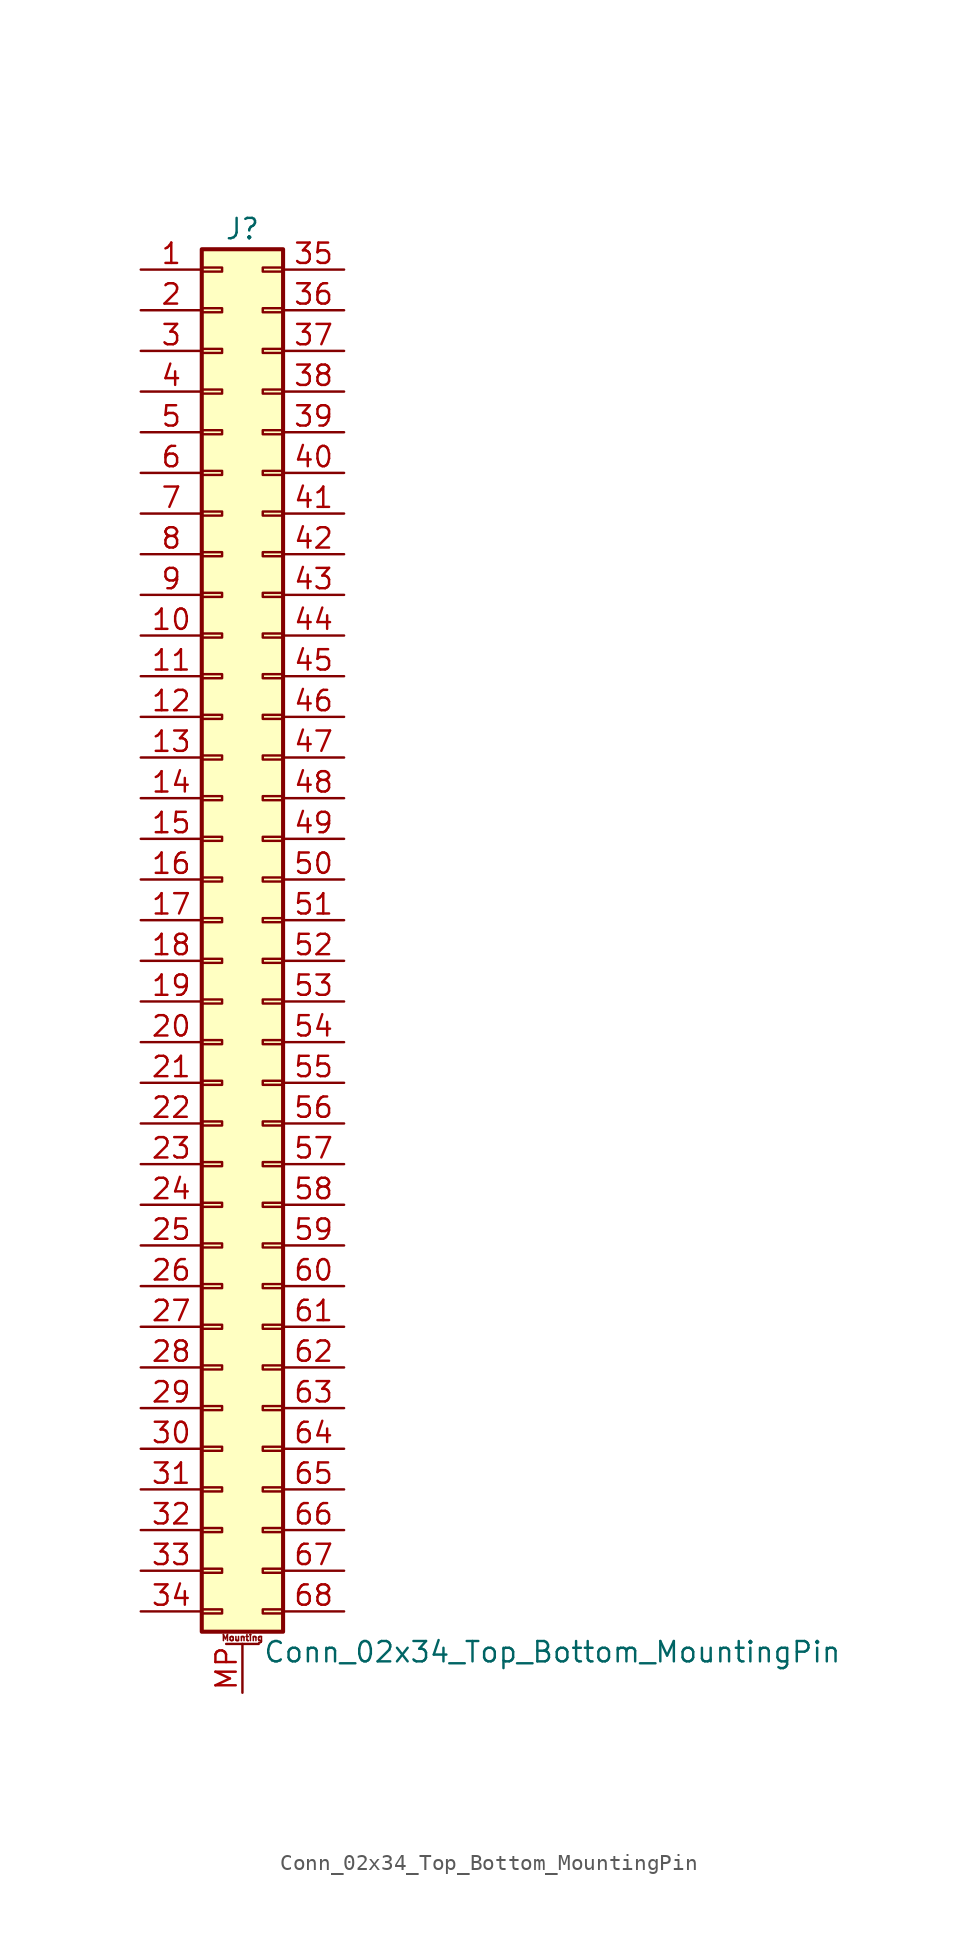
<source format=kicad_sym>
(kicad_symbol_lib
  (version 20220914)
  (generator kicad_symbol_editor)
  (symbol "Conn_02x34_Top_Bottom_MountingPin"
    (pin_names
      (offset 1.016) hide)
    (property "Reference" "J"
      (at 1.27 43.18 0)
      (effects (font (size 1.27 1.27))))
    (property "Value" "Conn_02x34_Top_Bottom_MountingPin"
      (at 2.54 -45.72 0)
      (effects (font (size 1.27 1.27)) (justify left)))
    (symbol "Conn_02x34_Top_Bottom_MountingPin_1_1"
      (rectangle (start -1.27 -43.053) (end 0 -43.307) (stroke (width 0.152) (type default)) (fill (type none)))
      (rectangle (start -1.27 -40.513) (end 0 -40.767) (stroke (width 0.152) (type default)) (fill (type none)))
      (rectangle (start -1.27 -37.973) (end 0 -38.227) (stroke (width 0.152) (type default)) (fill (type none)))
      (rectangle (start -1.27 -35.433) (end 0 -35.687) (stroke (width 0.152) (type default)) (fill (type none)))
      (rectangle (start -1.27 -32.893) (end 0 -33.147) (stroke (width 0.152) (type default)) (fill (type none)))
      (rectangle (start -1.27 -30.353) (end 0 -30.607) (stroke (width 0.152) (type default)) (fill (type none)))
      (rectangle (start -1.27 -27.813) (end 0 -28.067) (stroke (width 0.152) (type default)) (fill (type none)))
      (rectangle (start -1.27 -25.273) (end 0 -25.527) (stroke (width 0.152) (type default)) (fill (type none)))
      (rectangle (start -1.27 -22.733) (end 0 -22.987) (stroke (width 0.152) (type default)) (fill (type none)))
      (rectangle (start -1.27 -20.193) (end 0 -20.447) (stroke (width 0.152) (type default)) (fill (type none)))
      (rectangle (start -1.27 -17.653) (end 0 -17.907) (stroke (width 0.152) (type default)) (fill (type none)))
      (rectangle (start -1.27 -15.113) (end 0 -15.367) (stroke (width 0.152) (type default)) (fill (type none)))
      (rectangle (start -1.27 -12.573) (end 0 -12.827) (stroke (width 0.152) (type default)) (fill (type none)))
      (rectangle (start -1.27 -10.033) (end 0 -10.287) (stroke (width 0.152) (type default)) (fill (type none)))
      (rectangle (start -1.27 -7.493) (end 0 -7.747) (stroke (width 0.152) (type default)) (fill (type none)))
      (rectangle (start -1.27 -4.953) (end 0 -5.207) (stroke (width 0.152) (type default)) (fill (type none)))
      (rectangle (start -1.27 -2.413) (end 0 -2.667) (stroke (width 0.152) (type default)) (fill (type none)))
      (rectangle (start -1.27 0.127) (end 0 -0.127) (stroke (width 0.152) (type default)) (fill (type none)))
      (rectangle (start -1.27 2.667) (end 0 2.413) (stroke (width 0.152) (type default)) (fill (type none)))
      (rectangle (start -1.27 5.207) (end 0 4.953) (stroke (width 0.152) (type default)) (fill (type none)))
      (rectangle (start -1.27 7.747) (end 0 7.493) (stroke (width 0.152) (type default)) (fill (type none)))
      (rectangle (start -1.27 10.287) (end 0 10.033) (stroke (width 0.152) (type default)) (fill (type none)))
      (rectangle (start -1.27 12.827) (end 0 12.573) (stroke (width 0.152) (type default)) (fill (type none)))
      (rectangle (start -1.27 15.367) (end 0 15.113) (stroke (width 0.152) (type default)) (fill (type none)))
      (rectangle (start -1.27 17.907) (end 0 17.653) (stroke (width 0.152) (type default)) (fill (type none)))
      (rectangle (start -1.27 20.447) (end 0 20.193) (stroke (width 0.152) (type default)) (fill (type none)))
      (rectangle (start -1.27 22.987) (end 0 22.733) (stroke (width 0.152) (type default)) (fill (type none)))
      (rectangle (start -1.27 25.527) (end 0 25.273) (stroke (width 0.152) (type default)) (fill (type none)))
      (rectangle (start -1.27 28.067) (end 0 27.813) (stroke (width 0.152) (type default)) (fill (type none)))
      (rectangle (start -1.27 30.607) (end 0 30.353) (stroke (width 0.152) (type default)) (fill (type none)))
      (rectangle (start -1.27 33.147) (end 0 32.893) (stroke (width 0.152) (type default)) (fill (type none)))
      (rectangle (start -1.27 35.687) (end 0 35.433) (stroke (width 0.152) (type default)) (fill (type none)))
      (rectangle (start -1.27 38.227) (end 0 37.973) (stroke (width 0.152) (type default)) (fill (type none)))
      (rectangle (start -1.27 40.767) (end 0 40.513) (stroke (width 0.152) (type default)) (fill (type none)))
      (rectangle (start -1.27 41.91) (end 3.81 -44.45) (stroke (width 0.254) (type default)) (fill (type background)))
      (polyline (pts (xy 0.254 -45.212) (xy 2.286 -45.212)) (stroke (width 0.152) (type default)) (fill (type none)))
      (rectangle (start 3.81 -43.053) (end 2.54 -43.307) (stroke (width 0.152) (type default)) (fill (type none)))
      (rectangle (start 3.81 -40.513) (end 2.54 -40.767) (stroke (width 0.152) (type default)) (fill (type none)))
      (rectangle (start 3.81 -37.973) (end 2.54 -38.227) (stroke (width 0.152) (type default)) (fill (type none)))
      (rectangle (start 3.81 -35.433) (end 2.54 -35.687) (stroke (width 0.152) (type default)) (fill (type none)))
      (rectangle (start 3.81 -32.893) (end 2.54 -33.147) (stroke (width 0.152) (type default)) (fill (type none)))
      (rectangle (start 3.81 -30.353) (end 2.54 -30.607) (stroke (width 0.152) (type default)) (fill (type none)))
      (rectangle (start 3.81 -27.813) (end 2.54 -28.067) (stroke (width 0.152) (type default)) (fill (type none)))
      (rectangle (start 3.81 -25.273) (end 2.54 -25.527) (stroke (width 0.152) (type default)) (fill (type none)))
      (rectangle (start 3.81 -22.733) (end 2.54 -22.987) (stroke (width 0.152) (type default)) (fill (type none)))
      (rectangle (start 3.81 -20.193) (end 2.54 -20.447) (stroke (width 0.152) (type default)) (fill (type none)))
      (rectangle (start 3.81 -17.653) (end 2.54 -17.907) (stroke (width 0.152) (type default)) (fill (type none)))
      (rectangle (start 3.81 -15.113) (end 2.54 -15.367) (stroke (width 0.152) (type default)) (fill (type none)))
      (rectangle (start 3.81 -12.573) (end 2.54 -12.827) (stroke (width 0.152) (type default)) (fill (type none)))
      (rectangle (start 3.81 -10.033) (end 2.54 -10.287) (stroke (width 0.152) (type default)) (fill (type none)))
      (rectangle (start 3.81 -7.493) (end 2.54 -7.747) (stroke (width 0.152) (type default)) (fill (type none)))
      (rectangle (start 3.81 -4.953) (end 2.54 -5.207) (stroke (width 0.152) (type default)) (fill (type none)))
      (rectangle (start 3.81 -2.413) (end 2.54 -2.667) (stroke (width 0.152) (type default)) (fill (type none)))
      (rectangle (start 3.81 0.127) (end 2.54 -0.127) (stroke (width 0.152) (type default)) (fill (type none)))
      (rectangle (start 3.81 2.667) (end 2.54 2.413) (stroke (width 0.152) (type default)) (fill (type none)))
      (rectangle (start 3.81 5.207) (end 2.54 4.953) (stroke (width 0.152) (type default)) (fill (type none)))
      (rectangle (start 3.81 7.747) (end 2.54 7.493) (stroke (width 0.152) (type default)) (fill (type none)))
      (rectangle (start 3.81 10.287) (end 2.54 10.033) (stroke (width 0.152) (type default)) (fill (type none)))
      (rectangle (start 3.81 12.827) (end 2.54 12.573) (stroke (width 0.152) (type default)) (fill (type none)))
      (rectangle (start 3.81 15.367) (end 2.54 15.113) (stroke (width 0.152) (type default)) (fill (type none)))
      (rectangle (start 3.81 17.907) (end 2.54 17.653) (stroke (width 0.152) (type default)) (fill (type none)))
      (rectangle (start 3.81 20.447) (end 2.54 20.193) (stroke (width 0.152) (type default)) (fill (type none)))
      (rectangle (start 3.81 22.987) (end 2.54 22.733) (stroke (width 0.152) (type default)) (fill (type none)))
      (rectangle (start 3.81 25.527) (end 2.54 25.273) (stroke (width 0.152) (type default)) (fill (type none)))
      (rectangle (start 3.81 28.067) (end 2.54 27.813) (stroke (width 0.152) (type default)) (fill (type none)))
      (rectangle (start 3.81 30.607) (end 2.54 30.353) (stroke (width 0.152) (type default)) (fill (type none)))
      (rectangle (start 3.81 33.147) (end 2.54 32.893) (stroke (width 0.152) (type default)) (fill (type none)))
      (rectangle (start 3.81 35.687) (end 2.54 35.433) (stroke (width 0.152) (type default)) (fill (type none)))
      (rectangle (start 3.81 38.227) (end 2.54 37.973) (stroke (width 0.152) (type default)) (fill (type none)))
      (rectangle (start 3.81 40.767) (end 2.54 40.513) (stroke (width 0.152) (type default)) (fill (type none)))
      (text "Mounting" (at 1.27 -44.831 0) (effects (font (size 0.381 0.381))))
      (pin passive line (at -5.08 40.64 0) (length 3.81) (name "Pin_1" (effects (font (size 1.27 1.27)))) (number "1" (effects (font (size 1.27 1.27)))))
      (pin passive line (at -5.08 17.78 0) (length 3.81) (name "Pin_10" (effects (font (size 1.27 1.27)))) (number "10" (effects (font (size 1.27 1.27)))))
      (pin passive line (at -5.08 15.24 0) (length 3.81) (name "Pin_11" (effects (font (size 1.27 1.27)))) (number "11" (effects (font (size 1.27 1.27)))))
      (pin passive line (at -5.08 12.7 0) (length 3.81) (name "Pin_12" (effects (font (size 1.27 1.27)))) (number "12" (effects (font (size 1.27 1.27)))))
      (pin passive line (at -5.08 10.16 0) (length 3.81) (name "Pin_13" (effects (font (size 1.27 1.27)))) (number "13" (effects (font (size 1.27 1.27)))))
      (pin passive line (at -5.08 7.62 0) (length 3.81) (name "Pin_14" (effects (font (size 1.27 1.27)))) (number "14" (effects (font (size 1.27 1.27)))))
      (pin passive line (at -5.08 5.08 0) (length 3.81) (name "Pin_15" (effects (font (size 1.27 1.27)))) (number "15" (effects (font (size 1.27 1.27)))))
      (pin passive line (at -5.08 2.54 0) (length 3.81) (name "Pin_16" (effects (font (size 1.27 1.27)))) (number "16" (effects (font (size 1.27 1.27)))))
      (pin passive line (at -5.08 0 0) (length 3.81) (name "Pin_17" (effects (font (size 1.27 1.27)))) (number "17" (effects (font (size 1.27 1.27)))))
      (pin passive line (at -5.08 -2.54 0) (length 3.81) (name "Pin_18" (effects (font (size 1.27 1.27)))) (number "18" (effects (font (size 1.27 1.27)))))
      (pin passive line (at -5.08 -5.08 0) (length 3.81) (name "Pin_19" (effects (font (size 1.27 1.27)))) (number "19" (effects (font (size 1.27 1.27)))))
      (pin passive line (at -5.08 38.1 0) (length 3.81) (name "Pin_2" (effects (font (size 1.27 1.27)))) (number "2" (effects (font (size 1.27 1.27)))))
      (pin passive line (at -5.08 -7.62 0) (length 3.81) (name "Pin_20" (effects (font (size 1.27 1.27)))) (number "20" (effects (font (size 1.27 1.27)))))
      (pin passive line (at -5.08 -10.16 0) (length 3.81) (name "Pin_21" (effects (font (size 1.27 1.27)))) (number "21" (effects (font (size 1.27 1.27)))))
      (pin passive line (at -5.08 -12.7 0) (length 3.81) (name "Pin_22" (effects (font (size 1.27 1.27)))) (number "22" (effects (font (size 1.27 1.27)))))
      (pin passive line (at -5.08 -15.24 0) (length 3.81) (name "Pin_23" (effects (font (size 1.27 1.27)))) (number "23" (effects (font (size 1.27 1.27)))))
      (pin passive line (at -5.08 -17.78 0) (length 3.81) (name "Pin_24" (effects (font (size 1.27 1.27)))) (number "24" (effects (font (size 1.27 1.27)))))
      (pin passive line (at -5.08 -20.32 0) (length 3.81) (name "Pin_25" (effects (font (size 1.27 1.27)))) (number "25" (effects (font (size 1.27 1.27)))))
      (pin passive line (at -5.08 -22.86 0) (length 3.81) (name "Pin_26" (effects (font (size 1.27 1.27)))) (number "26" (effects (font (size 1.27 1.27)))))
      (pin passive line (at -5.08 -25.4 0) (length 3.81) (name "Pin_27" (effects (font (size 1.27 1.27)))) (number "27" (effects (font (size 1.27 1.27)))))
      (pin passive line (at -5.08 -27.94 0) (length 3.81) (name "Pin_28" (effects (font (size 1.27 1.27)))) (number "28" (effects (font (size 1.27 1.27)))))
      (pin passive line (at -5.08 -30.48 0) (length 3.81) (name "Pin_29" (effects (font (size 1.27 1.27)))) (number "29" (effects (font (size 1.27 1.27)))))
      (pin passive line (at -5.08 35.56 0) (length 3.81) (name "Pin_3" (effects (font (size 1.27 1.27)))) (number "3" (effects (font (size 1.27 1.27)))))
      (pin passive line (at -5.08 -33.02 0) (length 3.81) (name "Pin_30" (effects (font (size 1.27 1.27)))) (number "30" (effects (font (size 1.27 1.27)))))
      (pin passive line (at -5.08 -35.56 0) (length 3.81) (name "Pin_31" (effects (font (size 1.27 1.27)))) (number "31" (effects (font (size 1.27 1.27)))))
      (pin passive line (at -5.08 -38.1 0) (length 3.81) (name "Pin_32" (effects (font (size 1.27 1.27)))) (number "32" (effects (font (size 1.27 1.27)))))
      (pin passive line (at -5.08 -40.64 0) (length 3.81) (name "Pin_33" (effects (font (size 1.27 1.27)))) (number "33" (effects (font (size 1.27 1.27)))))
      (pin passive line (at -5.08 -43.18 0) (length 3.81) (name "Pin_34" (effects (font (size 1.27 1.27)))) (number "34" (effects (font (size 1.27 1.27)))))
      (pin passive line (at 7.62 40.64 180) (length 3.81) (name "Pin_35" (effects (font (size 1.27 1.27)))) (number "35" (effects (font (size 1.27 1.27)))))
      (pin passive line (at 7.62 38.1 180) (length 3.81) (name "Pin_36" (effects (font (size 1.27 1.27)))) (number "36" (effects (font (size 1.27 1.27)))))
      (pin passive line (at 7.62 35.56 180) (length 3.81) (name "Pin_37" (effects (font (size 1.27 1.27)))) (number "37" (effects (font (size 1.27 1.27)))))
      (pin passive line (at 7.62 33.02 180) (length 3.81) (name "Pin_38" (effects (font (size 1.27 1.27)))) (number "38" (effects (font (size 1.27 1.27)))))
      (pin passive line (at 7.62 30.48 180) (length 3.81) (name "Pin_39" (effects (font (size 1.27 1.27)))) (number "39" (effects (font (size 1.27 1.27)))))
      (pin passive line (at -5.08 33.02 0) (length 3.81) (name "Pin_4" (effects (font (size 1.27 1.27)))) (number "4" (effects (font (size 1.27 1.27)))))
      (pin passive line (at 7.62 27.94 180) (length 3.81) (name "Pin_40" (effects (font (size 1.27 1.27)))) (number "40" (effects (font (size 1.27 1.27)))))
      (pin passive line (at 7.62 25.4 180) (length 3.81) (name "Pin_41" (effects (font (size 1.27 1.27)))) (number "41" (effects (font (size 1.27 1.27)))))
      (pin passive line (at 7.62 22.86 180) (length 3.81) (name "Pin_42" (effects (font (size 1.27 1.27)))) (number "42" (effects (font (size 1.27 1.27)))))
      (pin passive line (at 7.62 20.32 180) (length 3.81) (name "Pin_43" (effects (font (size 1.27 1.27)))) (number "43" (effects (font (size 1.27 1.27)))))
      (pin passive line (at 7.62 17.78 180) (length 3.81) (name "Pin_44" (effects (font (size 1.27 1.27)))) (number "44" (effects (font (size 1.27 1.27)))))
      (pin passive line (at 7.62 15.24 180) (length 3.81) (name "Pin_45" (effects (font (size 1.27 1.27)))) (number "45" (effects (font (size 1.27 1.27)))))
      (pin passive line (at 7.62 12.7 180) (length 3.81) (name "Pin_46" (effects (font (size 1.27 1.27)))) (number "46" (effects (font (size 1.27 1.27)))))
      (pin passive line (at 7.62 10.16 180) (length 3.81) (name "Pin_47" (effects (font (size 1.27 1.27)))) (number "47" (effects (font (size 1.27 1.27)))))
      (pin passive line (at 7.62 7.62 180) (length 3.81) (name "Pin_48" (effects (font (size 1.27 1.27)))) (number "48" (effects (font (size 1.27 1.27)))))
      (pin passive line (at 7.62 5.08 180) (length 3.81) (name "Pin_49" (effects (font (size 1.27 1.27)))) (number "49" (effects (font (size 1.27 1.27)))))
      (pin passive line (at -5.08 30.48 0) (length 3.81) (name "Pin_5" (effects (font (size 1.27 1.27)))) (number "5" (effects (font (size 1.27 1.27)))))
      (pin passive line (at 7.62 2.54 180) (length 3.81) (name "Pin_50" (effects (font (size 1.27 1.27)))) (number "50" (effects (font (size 1.27 1.27)))))
      (pin passive line (at 7.62 0 180) (length 3.81) (name "Pin_51" (effects (font (size 1.27 1.27)))) (number "51" (effects (font (size 1.27 1.27)))))
      (pin passive line (at 7.62 -2.54 180) (length 3.81) (name "Pin_52" (effects (font (size 1.27 1.27)))) (number "52" (effects (font (size 1.27 1.27)))))
      (pin passive line (at 7.62 -5.08 180) (length 3.81) (name "Pin_53" (effects (font (size 1.27 1.27)))) (number "53" (effects (font (size 1.27 1.27)))))
      (pin passive line (at 7.62 -7.62 180) (length 3.81) (name "Pin_54" (effects (font (size 1.27 1.27)))) (number "54" (effects (font (size 1.27 1.27)))))
      (pin passive line (at 7.62 -10.16 180) (length 3.81) (name "Pin_55" (effects (font (size 1.27 1.27)))) (number "55" (effects (font (size 1.27 1.27)))))
      (pin passive line (at 7.62 -12.7 180) (length 3.81) (name "Pin_56" (effects (font (size 1.27 1.27)))) (number "56" (effects (font (size 1.27 1.27)))))
      (pin passive line (at 7.62 -15.24 180) (length 3.81) (name "Pin_57" (effects (font (size 1.27 1.27)))) (number "57" (effects (font (size 1.27 1.27)))))
      (pin passive line (at 7.62 -17.78 180) (length 3.81) (name "Pin_58" (effects (font (size 1.27 1.27)))) (number "58" (effects (font (size 1.27 1.27)))))
      (pin passive line (at 7.62 -20.32 180) (length 3.81) (name "Pin_59" (effects (font (size 1.27 1.27)))) (number "59" (effects (font (size 1.27 1.27)))))
      (pin passive line (at -5.08 27.94 0) (length 3.81) (name "Pin_6" (effects (font (size 1.27 1.27)))) (number "6" (effects (font (size 1.27 1.27)))))
      (pin passive line (at 7.62 -22.86 180) (length 3.81) (name "Pin_60" (effects (font (size 1.27 1.27)))) (number "60" (effects (font (size 1.27 1.27)))))
      (pin passive line (at 7.62 -25.4 180) (length 3.81) (name "Pin_61" (effects (font (size 1.27 1.27)))) (number "61" (effects (font (size 1.27 1.27)))))
      (pin passive line (at 7.62 -27.94 180) (length 3.81) (name "Pin_62" (effects (font (size 1.27 1.27)))) (number "62" (effects (font (size 1.27 1.27)))))
      (pin passive line (at 7.62 -30.48 180) (length 3.81) (name "Pin_63" (effects (font (size 1.27 1.27)))) (number "63" (effects (font (size 1.27 1.27)))))
      (pin passive line (at 7.62 -33.02 180) (length 3.81) (name "Pin_64" (effects (font (size 1.27 1.27)))) (number "64" (effects (font (size 1.27 1.27)))))
      (pin passive line (at 7.62 -35.56 180) (length 3.81) (name "Pin_65" (effects (font (size 1.27 1.27)))) (number "65" (effects (font (size 1.27 1.27)))))
      (pin passive line (at 7.62 -38.1 180) (length 3.81) (name "Pin_66" (effects (font (size 1.27 1.27)))) (number "66" (effects (font (size 1.27 1.27)))))
      (pin passive line (at 7.62 -40.64 180) (length 3.81) (name "Pin_67" (effects (font (size 1.27 1.27)))) (number "67" (effects (font (size 1.27 1.27)))))
      (pin passive line (at 7.62 -43.18 180) (length 3.81) (name "Pin_68" (effects (font (size 1.27 1.27)))) (number "68" (effects (font (size 1.27 1.27)))))
      (pin passive line (at -5.08 25.4 0) (length 3.81) (name "Pin_7" (effects (font (size 1.27 1.27)))) (number "7" (effects (font (size 1.27 1.27)))))
      (pin passive line (at -5.08 22.86 0) (length 3.81) (name "Pin_8" (effects (font (size 1.27 1.27)))) (number "8" (effects (font (size 1.27 1.27)))))
      (pin passive line (at -5.08 20.32 0) (length 3.81) (name "Pin_9" (effects (font (size 1.27 1.27)))) (number "9" (effects (font (size 1.27 1.27)))))
      (pin passive line (at 1.27 -48.26 90) (length 3.048) (name "MountPin" (effects (font (size 1.27 1.27)))) (number "MP" (effects (font (size 1.27 1.27))))))))
</source>
